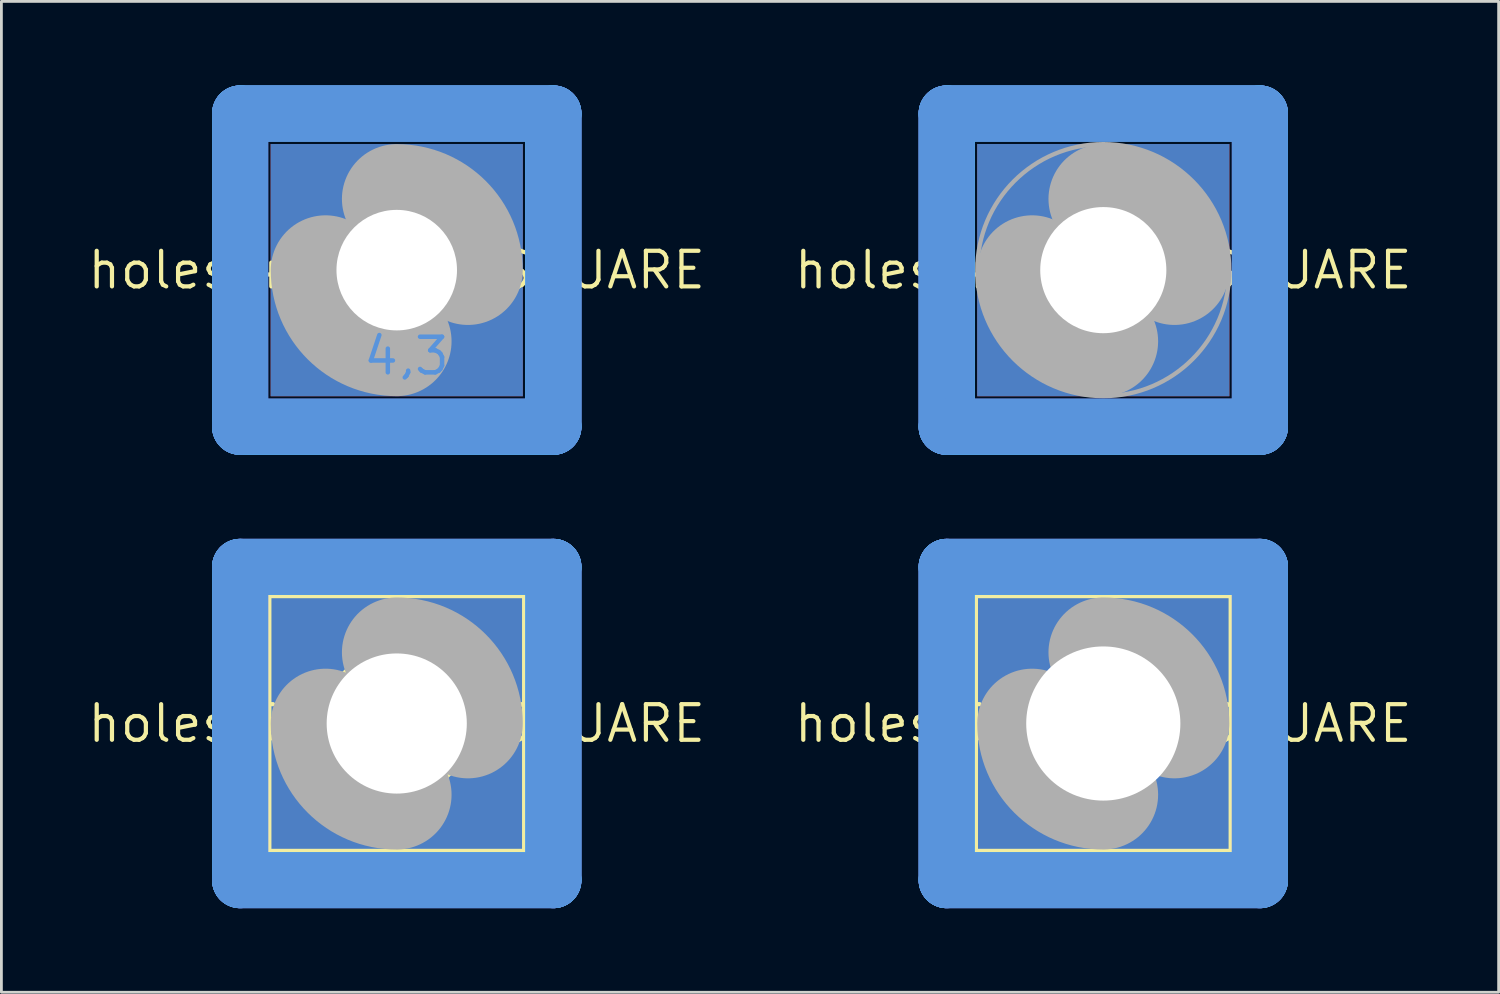
<source format=kicad_pcb>
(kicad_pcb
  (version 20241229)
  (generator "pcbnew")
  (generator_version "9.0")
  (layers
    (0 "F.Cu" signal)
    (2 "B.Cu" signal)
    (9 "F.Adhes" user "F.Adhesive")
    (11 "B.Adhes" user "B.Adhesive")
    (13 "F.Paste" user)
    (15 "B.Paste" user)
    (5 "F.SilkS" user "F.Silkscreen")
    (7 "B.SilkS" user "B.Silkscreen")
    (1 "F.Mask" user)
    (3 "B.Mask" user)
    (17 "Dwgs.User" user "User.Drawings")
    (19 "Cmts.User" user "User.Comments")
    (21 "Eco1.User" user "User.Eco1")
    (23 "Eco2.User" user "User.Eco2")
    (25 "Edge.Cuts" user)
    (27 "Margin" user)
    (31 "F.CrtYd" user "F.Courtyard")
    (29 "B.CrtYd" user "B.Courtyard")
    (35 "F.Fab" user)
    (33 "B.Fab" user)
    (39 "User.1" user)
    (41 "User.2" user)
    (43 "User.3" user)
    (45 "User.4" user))
  (footprint "holes.4_3_PAD_SQUARE"
    (layer "F.Cu")
    (at 11.105 6.588)
    (property "Reference" "holes.4_3_PAD_SQUARE" (at 0 0 0) (layer "F.SilkS") (effects (font (size 1.27 1.27) (thickness 0.15))))
    (attr through_hole)
    (fp_line (start -4.445 -4.445) (end -4.445 4.445) (stroke (width 1.27) (type default)) (layer "F.Mask"))
    (fp_line (start -4.445 4.445) (end 4.445 4.445) (stroke (width 1.27) (type default)) (layer "F.Mask"))
    (fp_line (start -3.81 -3.81) (end 3.81 -3.81) (stroke (width 1.27) (type default)) (layer "F.Mask"))
    (fp_line (start -3.81 3.81) (end -3.81 -3.81) (stroke (width 1.27) (type default)) (layer "F.Mask"))
    (fp_line (start -3.175 -3.175) (end 3.175 -3.175) (stroke (width 1.27) (type default)) (layer "F.Mask"))
    (fp_line (start -3.175 -2.54) (end -3.175 -3.175) (stroke (width 1.27) (type default)) (layer "F.Mask"))
    (fp_line (start -3.175 -2.54) (end -2.54 -2.54) (stroke (width 1.27) (type default)) (layer "F.Mask"))
    (fp_line (start -3.175 2.54) (end -3.175 -2.54) (stroke (width 1.27) (type default)) (layer "F.Mask"))
    (fp_line (start -3.175 2.54) (end -2.54 2.54) (stroke (width 1.27) (type default)) (layer "F.Mask"))
    (fp_line (start -3.175 3.175) (end -3.175 2.54) (stroke (width 1.27) (type default)) (layer "F.Mask"))
    (fp_line (start 3.175 -3.175) (end 3.175 -2.54) (stroke (width 1.27) (type default)) (layer "F.Mask"))
    (fp_line (start 3.175 -2.54) (end 2.54 -2.54) (stroke (width 1.27) (type default)) (layer "F.Mask"))
    (fp_line (start 3.175 -2.54) (end 3.175 2.54) (stroke (width 1.27) (type default)) (layer "F.Mask"))
    (fp_line (start 3.175 2.54) (end 2.54 2.54) (stroke (width 1.27) (type default)) (layer "F.Mask"))
    (fp_line (start 3.81 3.175) (end -3.175 3.175) (stroke (width 1.27) (type default)) (layer "F.Mask"))
    (fp_line (start 3.81 3.175) (end 3.81 -3.81) (stroke (width 1.27) (type default)) (layer "F.Mask"))
    (fp_line (start 4.445 -4.445) (end -4.445 -4.445) (stroke (width 1.27) (type default)) (layer "F.Mask"))
    (fp_line (start 4.445 3.81) (end -3.81 3.81) (stroke (width 1.27) (type default)) (layer "F.Mask"))
    (fp_line (start 4.445 3.81) (end 4.445 -4.445) (stroke (width 1.27) (type default)) (layer "F.Mask"))
    (fp_line (start 4.445 4.445) (end 4.445 3.81) (stroke (width 1.27) (type default)) (layer "F.Mask"))
    (fp_line (start -4.445 -4.445) (end 4.445 -4.445) (stroke (width 1.27) (type default)) (layer "B.Mask"))
    (fp_line (start -4.445 4.445) (end -4.445 -4.445) (stroke (width 1.27) (type default)) (layer "B.Mask"))
    (fp_line (start -3.81 -3.81) (end 3.81 -3.81) (stroke (width 1.27) (type default)) (layer "B.Mask"))
    (fp_line (start -3.81 3.81) (end -3.81 -3.81) (stroke (width 1.27) (type default)) (layer "B.Mask"))
    (fp_line (start -3.175 -3.175) (end -3.175 -2.54) (stroke (width 1.27) (type default)) (layer "B.Mask"))
    (fp_line (start -3.175 -3.175) (end 3.175 -3.175) (stroke (width 1.27) (type default)) (layer "B.Mask"))
    (fp_line (start -3.175 -2.54) (end -3.175 2.54) (stroke (width 1.27) (type default)) (layer "B.Mask"))
    (fp_line (start -3.175 -2.54) (end -2.54 -2.54) (stroke (width 1.27) (type default)) (layer "B.Mask"))
    (fp_line (start -3.175 2.54) (end -3.175 3.175) (stroke (width 1.27) (type default)) (layer "B.Mask"))
    (fp_line (start -3.175 2.54) (end -2.54 2.54) (stroke (width 1.27) (type default)) (layer "B.Mask"))
    (fp_line (start 3.175 -3.175) (end 3.175 -2.54) (stroke (width 1.27) (type default)) (layer "B.Mask"))
    (fp_line (start 3.175 -2.54) (end 2.54 -2.54) (stroke (width 1.27) (type default)) (layer "B.Mask"))
    (fp_line (start 3.175 -2.54) (end 3.175 2.54) (stroke (width 1.27) (type default)) (layer "B.Mask"))
    (fp_line (start 3.175 2.54) (end 2.54 2.54) (stroke (width 1.27) (type default)) (layer "B.Mask"))
    (fp_line (start 3.81 -3.81) (end 3.81 3.175) (stroke (width 1.27) (type default)) (layer "B.Mask"))
    (fp_line (start 3.81 3.175) (end -3.175 3.175) (stroke (width 1.27) (type default)) (layer "B.Mask"))
    (fp_line (start 4.445 -4.445) (end 4.445 4.445) (stroke (width 1.27) (type default)) (layer "B.Mask"))
    (fp_line (start 4.445 4.445) (end -4.445 4.445) (stroke (width 1.27) (type default)) (layer "B.Mask"))
    (fp_line (start -4.826 -4.826) (end 4.826 -4.826) (stroke (width 0.203) (type default)) (layer "F.SilkS"))
    (fp_line (start -4.826 4.826) (end -4.826 -4.826) (stroke (width 0.203) (type default)) (layer "F.SilkS"))
    (fp_line (start 4.826 -4.826) (end 4.826 4.826) (stroke (width 0.203) (type default)) (layer "F.SilkS"))
    (fp_line (start 4.826 4.826) (end -4.826 4.826) (stroke (width 0.203) (type default)) (layer "F.SilkS"))
    (fp_circle (center 0 0) (end 2.25 0) (stroke (width 0.203) (type default)) (fill no) (layer "F.SilkS"))
    (fp_line (start -5.588 -5.588) (end 5.588 -5.588) (stroke (width 2) (type default)) (layer "Cmts.User"))
    (fp_line (start -5.588 5.588) (end -5.588 -5.588) (stroke (width 2) (type default)) (layer "Cmts.User"))
    (fp_line (start 5.588 -5.588) (end 5.588 5.588) (stroke (width 2) (type default)) (layer "Cmts.User"))
    (fp_line (start 5.588 5.588) (end -5.588 5.588) (stroke (width 2) (type default)) (layer "Cmts.User"))
    (fp_line (start -5.588 -5.588) (end 5.588 -5.588) (stroke (width 2) (type default)) (layer "B.CrtYd"))
    (fp_line (start -5.588 5.588) (end -5.588 -5.588) (stroke (width 2) (type default)) (layer "B.CrtYd"))
    (fp_line (start 5.588 -5.588) (end 5.588 5.588) (stroke (width 2) (type default)) (layer "B.CrtYd"))
    (fp_line (start 5.588 5.588) (end -5.588 5.588) (stroke (width 2) (type default)) (layer "B.CrtYd"))
    (fp_line (start -5.588 -5.588) (end 5.588 -5.588) (stroke (width 2) (type default)) (layer "F.CrtYd"))
    (fp_line (start -5.588 5.588) (end -5.588 -5.588) (stroke (width 2) (type default)) (layer "F.CrtYd"))
    (fp_line (start 5.588 -5.588) (end 5.588 5.588) (stroke (width 2) (type default)) (layer "F.CrtYd"))
    (fp_line (start 5.588 5.588) (end -5.588 5.588) (stroke (width 2) (type default)) (layer "F.CrtYd"))
    (fp_arc (start 0 -2.54) (mid 1.796051 -1.796051) (end 2.54 0) (stroke (width 3.9116) (type default)) (layer "F.Fab"))
    (fp_arc (start 0 2.54) (mid -1.796051 1.796051) (end -2.54 0) (stroke (width 3.9116) (type default)) (layer "F.Fab"))
    (fp_circle (center 0 0) (end 0.762 0) (stroke (width 0.457) (type default)) (fill no) (layer "F.Fab"))
    (fp_text user "4,3" (at -1.27 3.81 0) (layer "Cmts.User") (effects (font (size 1.27 1.27) (thickness 0.16)) (justify left bottom)))
    (pad "B4,3" thru_hole rect (at 0 0) (size 9 9) (drill 4.3) (layers "*.Cu" "*.Mask")))
  (footprint "holes.5_5_PAD_SQUARE"
    (layer "F.Cu")
    (at 36.314 22.764)
    (property "Reference" "holes.5_5_PAD_SQUARE" (at 0 0 0) (layer "F.SilkS") (effects (font (size 1.27 1.27) (thickness 0.15))))
    (attr through_hole)
    (fp_line (start -4.572 -4.572) (end 4.572 -4.572) (stroke (width 0.203) (type default)) (layer "F.SilkS"))
    (fp_line (start -4.572 4.572) (end -4.572 -4.572) (stroke (width 0.203) (type default)) (layer "F.SilkS"))
    (fp_line (start 4.572 -4.572) (end 4.572 4.572) (stroke (width 0.203) (type default)) (layer "F.SilkS"))
    (fp_line (start 4.572 4.572) (end -4.572 4.572) (stroke (width 0.203) (type default)) (layer "F.SilkS"))
    (fp_line (start -5.588 -5.588) (end 5.588 -5.588) (stroke (width 2) (type default)) (layer "Cmts.User"))
    (fp_line (start -5.588 5.588) (end -5.588 -5.588) (stroke (width 2) (type default)) (layer "Cmts.User"))
    (fp_line (start 5.588 -5.588) (end 5.588 5.588) (stroke (width 2) (type default)) (layer "Cmts.User"))
    (fp_line (start 5.588 5.588) (end -5.588 5.588) (stroke (width 2) (type default)) (layer "Cmts.User"))
    (fp_line (start -5.588 -5.588) (end 5.588 -5.588) (stroke (width 2) (type default)) (layer "B.CrtYd"))
    (fp_line (start -5.588 5.588) (end -5.588 -5.588) (stroke (width 2) (type default)) (layer "B.CrtYd"))
    (fp_line (start 5.588 -5.588) (end 5.588 5.588) (stroke (width 2) (type default)) (layer "B.CrtYd"))
    (fp_line (start 5.588 5.588) (end -5.588 5.588) (stroke (width 2) (type default)) (layer "B.CrtYd"))
    (fp_line (start -5.588 -5.588) (end 5.588 -5.588) (stroke (width 2) (type default)) (layer "F.CrtYd"))
    (fp_line (start -5.588 5.588) (end -5.588 -5.588) (stroke (width 2) (type default)) (layer "F.CrtYd"))
    (fp_line (start 5.588 -5.588) (end 5.588 5.588) (stroke (width 2) (type default)) (layer "F.CrtYd"))
    (fp_line (start 5.588 5.588) (end -5.588 5.588) (stroke (width 2) (type default)) (layer "F.CrtYd"))
    (fp_arc (start 0 -2.54) (mid 1.796051 -1.796051) (end 2.54 0) (stroke (width 3.9116) (type default)) (layer "F.Fab"))
    (fp_arc (start 0 2.54) (mid -1.796051 1.796051) (end -2.54 0) (stroke (width 3.9116) (type default)) (layer "F.Fab"))
    (fp_circle (center 0 0) (end 0.762 0) (stroke (width 0.457) (type default)) (fill no) (layer "F.Fab"))
    (pad "B5,5" thru_hole rect (at 0 0) (size 9 9) (drill 5.5) (layers "*.Cu" "*.Mask")))
  (footprint "holes.4_5_PAD_SQUARE"
    (layer "F.Cu")
    (at 36.314 6.588)
    (property "Reference" "holes.4_5_PAD_SQUARE" (at 0 0 0) (layer "F.SilkS") (effects (font (size 1.27 1.27) (thickness 0.15))))
    (attr through_hole)
    (fp_circle (center 0 0) (end 2.35 0) (stroke (width 0.152) (type default)) (fill no) (layer "F.SilkS"))
    (fp_line (start -5.588 -5.588) (end 5.588 -5.588) (stroke (width 2) (type default)) (layer "Cmts.User"))
    (fp_line (start -5.588 5.588) (end -5.588 -5.588) (stroke (width 2) (type default)) (layer "Cmts.User"))
    (fp_line (start 5.588 -5.588) (end 5.588 5.588) (stroke (width 2) (type default)) (layer "Cmts.User"))
    (fp_line (start 5.588 5.588) (end -5.588 5.588) (stroke (width 2) (type default)) (layer "Cmts.User"))
    (fp_line (start -5.588 -5.588) (end 5.588 -5.588) (stroke (width 2) (type default)) (layer "B.CrtYd"))
    (fp_line (start -5.588 5.588) (end -5.588 -5.588) (stroke (width 2) (type default)) (layer "B.CrtYd"))
    (fp_line (start 5.588 -5.588) (end 5.588 5.588) (stroke (width 2) (type default)) (layer "B.CrtYd"))
    (fp_line (start 5.588 5.588) (end -5.588 5.588) (stroke (width 2) (type default)) (layer "B.CrtYd"))
    (fp_line (start -5.588 -5.588) (end 5.588 -5.588) (stroke (width 2) (type default)) (layer "F.CrtYd"))
    (fp_line (start -5.588 5.588) (end -5.588 -5.588) (stroke (width 2) (type default)) (layer "F.CrtYd"))
    (fp_line (start 5.588 -5.588) (end 5.588 5.588) (stroke (width 2) (type default)) (layer "F.CrtYd"))
    (fp_line (start 5.588 5.588) (end -5.588 5.588) (stroke (width 2) (type default)) (layer "F.CrtYd"))
    (fp_arc (start 0 -2.54) (mid 1.796051 -1.796051) (end 2.54 0) (stroke (width 3.9116) (type default)) (layer "F.Fab"))
    (fp_arc (start 0 2.54) (mid -1.796051 1.796051) (end -2.54 0) (stroke (width 3.9116) (type default)) (layer "F.Fab"))
    (fp_circle (center 0 0) (end 0.762 0) (stroke (width 0.457) (type default)) (fill no) (layer "F.Fab"))
    (fp_circle (center 0 0) (end 4.496 0) (stroke (width 0.152) (type default)) (fill no) (layer "F.Fab"))
    (pad "B4,5" thru_hole rect (at 0 0) (size 9 9) (drill 4.5) (layers "*.Cu" "*.Mask")))
  (footprint "holes.5_0_PAD_SQUARE"
    (layer "F.Cu")
    (at 11.105 22.764)
    (property "Reference" "holes.5_0_PAD_SQUARE" (at 0 0 0) (layer "F.SilkS") (effects (font (size 1.27 1.27) (thickness 0.15))))
    (attr through_hole)
    (fp_line (start -4.572 -4.572) (end 4.572 -4.572) (stroke (width 0.203) (type default)) (layer "F.SilkS"))
    (fp_line (start -4.572 4.572) (end -4.572 -4.572) (stroke (width 0.203) (type default)) (layer "F.SilkS"))
    (fp_line (start 4.572 -4.572) (end 4.572 4.572) (stroke (width 0.203) (type default)) (layer "F.SilkS"))
    (fp_line (start 4.572 4.572) (end -4.572 4.572) (stroke (width 0.203) (type default)) (layer "F.SilkS"))
    (fp_circle (center 0 0) (end 2.6 0) (stroke (width 0.152) (type default)) (fill no) (layer "F.SilkS"))
    (fp_line (start -5.588 -5.588) (end 5.588 -5.588) (stroke (width 2) (type default)) (layer "Cmts.User"))
    (fp_line (start -5.588 5.588) (end -5.588 -5.588) (stroke (width 2) (type default)) (layer "Cmts.User"))
    (fp_line (start 5.588 -5.588) (end 5.588 5.588) (stroke (width 2) (type default)) (layer "Cmts.User"))
    (fp_line (start 5.588 5.588) (end -5.588 5.588) (stroke (width 2) (type default)) (layer "Cmts.User"))
    (fp_line (start -5.588 -5.588) (end 5.588 -5.588) (stroke (width 2) (type default)) (layer "B.CrtYd"))
    (fp_line (start -5.588 5.588) (end -5.588 -5.588) (stroke (width 2) (type default)) (layer "B.CrtYd"))
    (fp_line (start 5.588 -5.588) (end 5.588 5.588) (stroke (width 2) (type default)) (layer "B.CrtYd"))
    (fp_line (start 5.588 5.588) (end -5.588 5.588) (stroke (width 2) (type default)) (layer "B.CrtYd"))
    (fp_line (start -5.588 -5.588) (end 5.588 -5.588) (stroke (width 2) (type default)) (layer "F.CrtYd"))
    (fp_line (start -5.588 5.588) (end -5.588 -5.588) (stroke (width 2) (type default)) (layer "F.CrtYd"))
    (fp_line (start 5.588 -5.588) (end 5.588 5.588) (stroke (width 2) (type default)) (layer "F.CrtYd"))
    (fp_line (start 5.588 5.588) (end -5.588 5.588) (stroke (width 2) (type default)) (layer "F.CrtYd"))
    (fp_arc (start 0 -2.54) (mid 1.796051 -1.796051) (end 2.54 0) (stroke (width 3.9116) (type default)) (layer "F.Fab"))
    (fp_arc (start 0 2.54) (mid -1.796051 1.796051) (end -2.54 0) (stroke (width 3.9116) (type default)) (layer "F.Fab"))
    (fp_circle (center 0 0) (end 0.762 0) (stroke (width 0.457) (type default)) (fill no) (layer "F.Fab"))
    (pad "B5" thru_hole rect (at 0 0) (size 9 9) (drill 5) (layers "*.Cu" "*.Mask")))
  (gr_rect
    (start -3 -3)
    (end 50.419 32.352)
    (stroke (width 0.1) (type default))
    (fill no)
    (layer "Edge.Cuts")))
</source>
